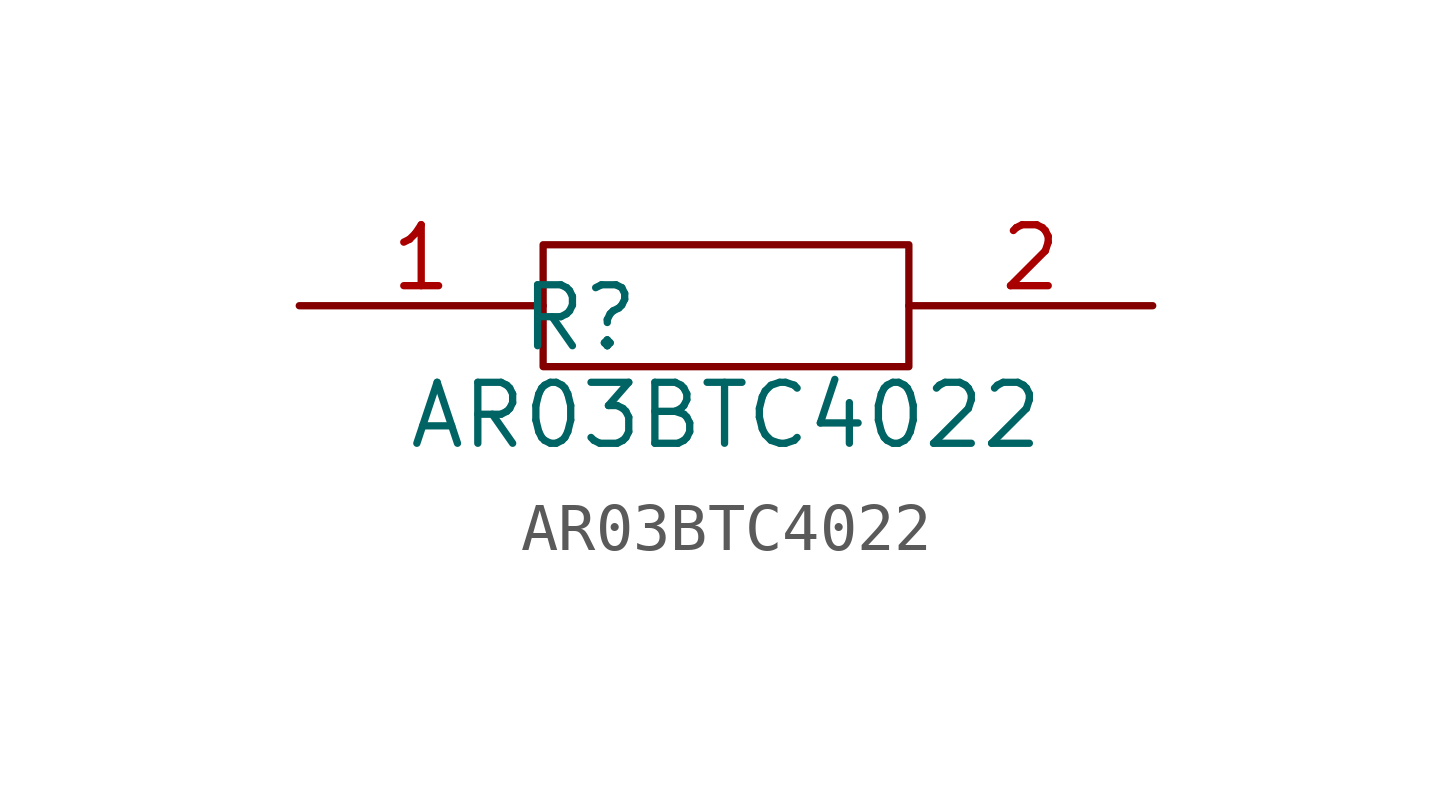
<source format=kicad_sym>
(kicad_symbol_lib
  (version 20211014)
  (generator kicad_symbol_editor)
  (symbol "AR03BTC4022"
    (property "Reference" "R"
      (at 5.842 -0.254 0)
      (effects (font (size 1.27 1.27))))
    (property "Value" "AR03BTC4022"
      (at 8.89 -2.286 0)
      (effects (font (size 1.27 1.27))))
    (symbol "AR03BTC4022_0_0"
      (pin passive line (at 0 0 0) (length 5.08) (name "~" (effects (font (size 1.27 1.27)))) (number "1" (effects (font (size 1.27 1.27)))))
      (pin passive line (at 17.78 0 180) (length 5.08) (name "~" (effects (font (size 1.27 1.27)))) (number "2" (effects (font (size 1.27 1.27))))))
    (symbol "AR03BTC4022_0_1"
      (polyline (pts (xy 5.08 1.27) (xy 12.7 1.27) (xy 12.7 -1.27) (xy 5.08 -1.27) (xy 5.08 1.27)) (stroke (width 0.152) (type default) (color 0 0 0 0)) (fill (type none))))))
</source>
